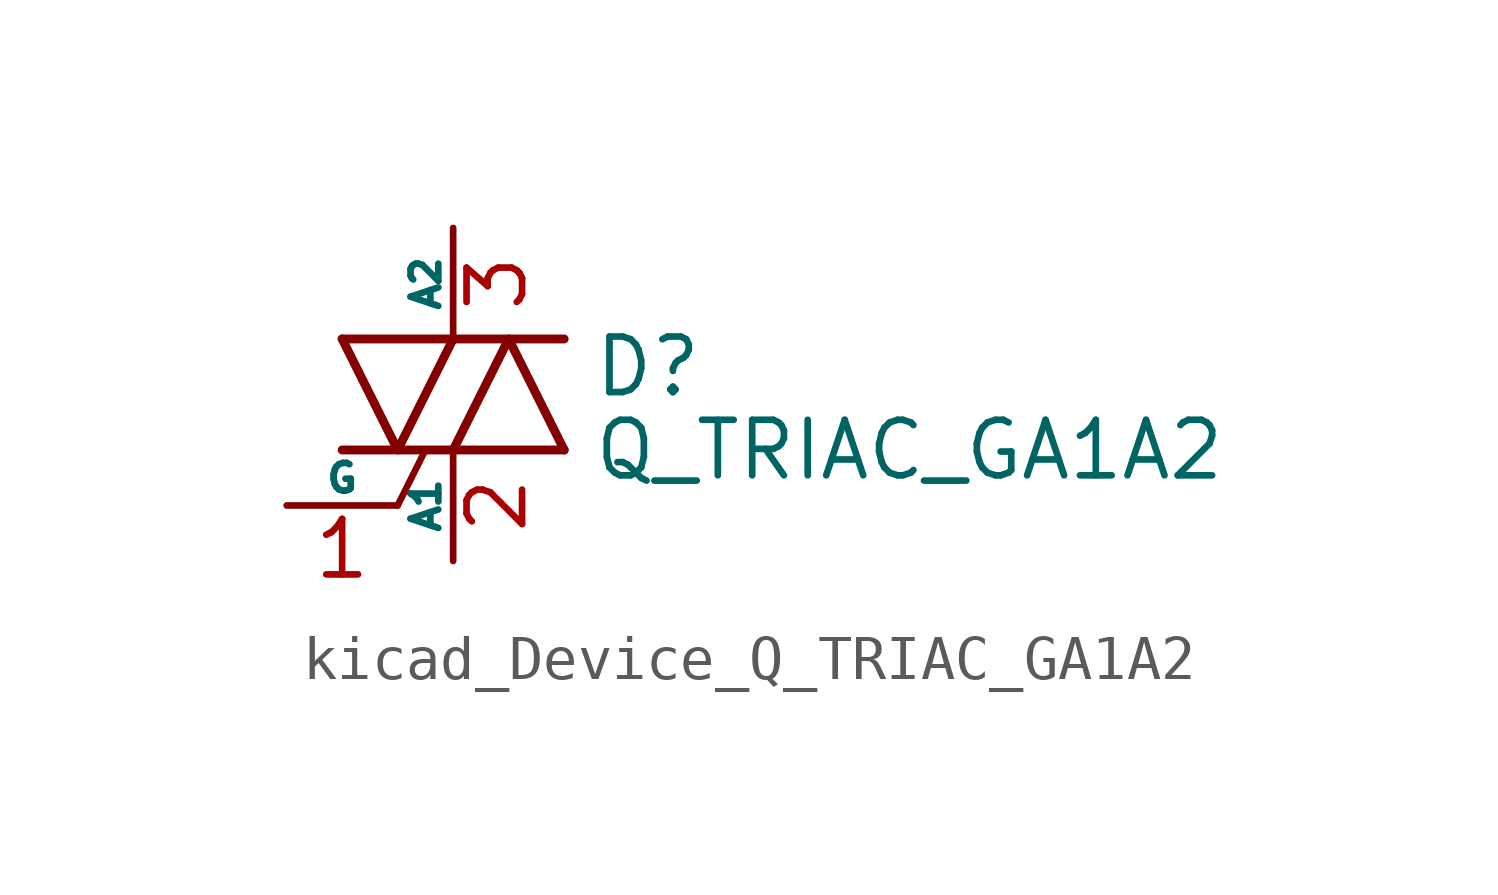
<source format=kicad_sym>
(kicad_symbol_lib
  (version 20220914)
  (generator kicad_symbol_editor)
  (symbol "kicad_Device_Q_TRIAC_GA1A2"
    (pin_names
      (offset 0))
    (property "Reference" "D"
      (at 3.175 0.635 0)
      (effects (font (size 1.27 1.27)) (justify left)))
    (property "Value" "Q_TRIAC_GA1A2"
      (at 3.175 -1.27 0)
      (effects (font (size 1.27 1.27)) (justify left)))
    (symbol "kicad_Device_Q_TRIAC_GA1A2_0_1"
      (polyline (pts (xy -2.54 -1.27) (xy 2.54 -1.27)) (stroke (width 0.203) (type default)) (fill (type none)))
      (polyline (pts (xy -2.54 1.27) (xy 2.54 1.27)) (stroke (width 0.203) (type default)) (fill (type none)))
      (polyline (pts (xy -1.27 -2.54) (xy -0.635 -1.27)) (stroke (width 0) (type default)) (fill (type none)))
      (polyline (pts (xy -2.54 1.27) (xy -1.27 -1.27) (xy 0 1.27)) (stroke (width 0.203) (type default)) (fill (type none)))
      (polyline (pts (xy 0 -1.27) (xy 1.27 1.27) (xy 2.54 -1.27)) (stroke (width 0.203) (type default)) (fill (type none))))
    (symbol "kicad_Device_Q_TRIAC_GA1A2_1_1"
      (pin input line (at -3.81 -2.54 0) (length 2.54) (name "G" (effects (font (size 0.635 0.635)))) (number "1" (effects (font (size 1.27 1.27)))))
      (pin passive line (at 0 -3.81 90) (length 2.54) (name "A1" (effects (font (size 0.635 0.635)))) (number "2" (effects (font (size 1.27 1.27)))))
      (pin passive line (at 0 3.81 270) (length 2.54) (name "A2" (effects (font (size 0.635 0.635)))) (number "3" (effects (font (size 1.27 1.27))))))))
</source>
